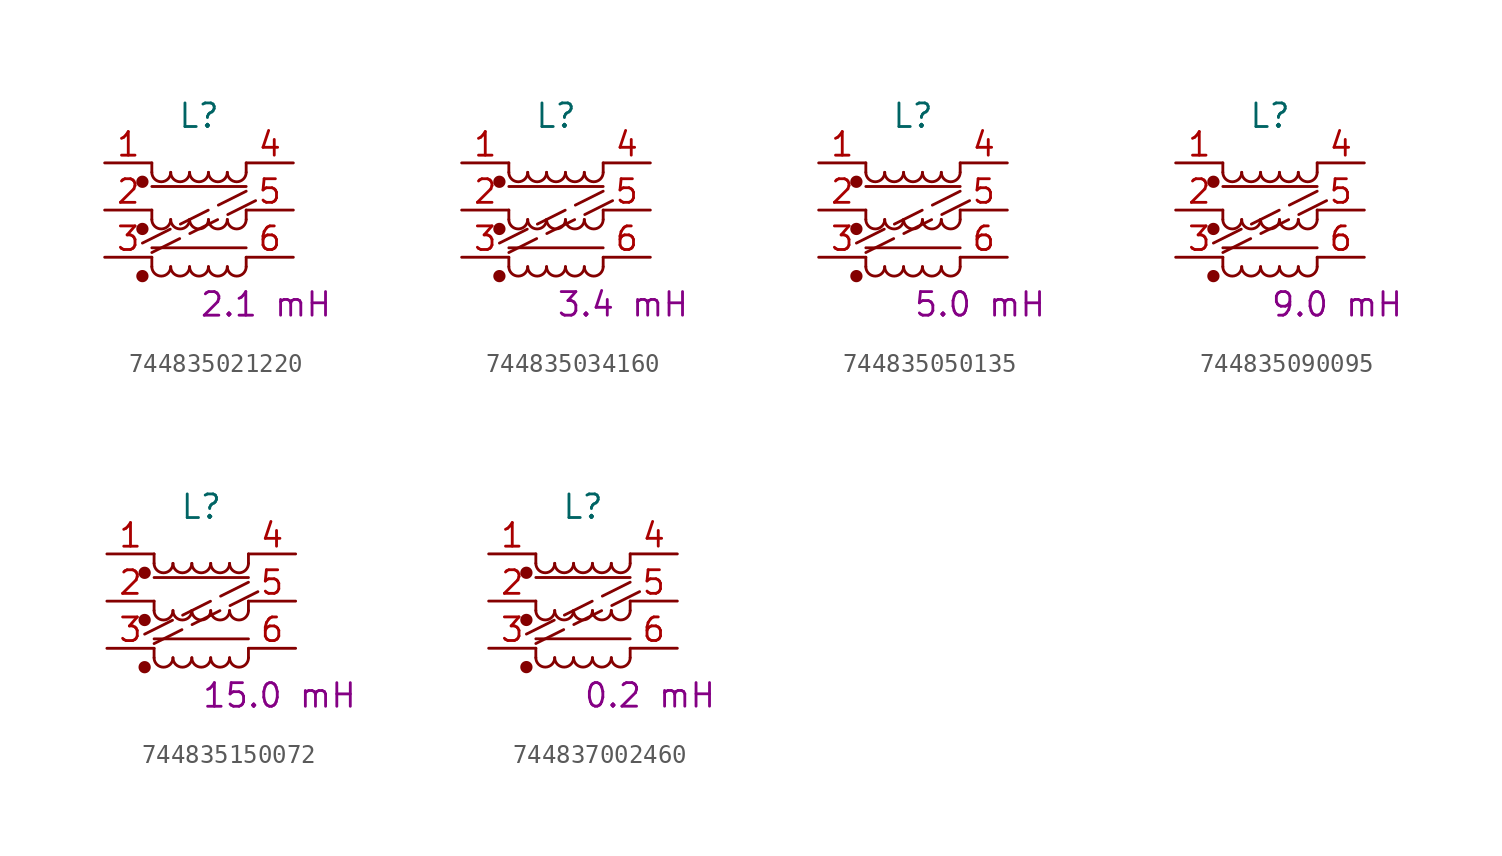
<source format=kicad_sym>
(kicad_symbol_lib
  (version 20220914)
  (generator kicad_symbol_editor)
  (symbol "744835021220"
    (pin_names hide)
    (property "Reference" "L"
      (at 0 5.08 0)
      (effects (font (size 1.27 1.27))))
    (property "Critical Parameter" "2.1 mH"
      (at 0 -5.08 0)
      (effects (font (size 1.27 1.27)) (justify left)))
    (symbol "744835021220_0_1"
      (circle (center -3.048 -3.556) (radius 0.254) (stroke (width 0) (type default)) (fill (type outline)))
      (circle (center -3.048 -1.016) (radius 0.254) (stroke (width 0) (type default)) (fill (type outline)))
      (circle (center -3.048 1.524) (radius 0.254) (stroke (width 0) (type default)) (fill (type outline)))
      (arc (start -2.54 -3.048) (mid -2.032 -3.5538) (end -1.524 -3.048) (stroke (width 0) (type default)) (fill (type none)))
      (arc (start -2.54 -0.508) (mid -2.032 -1.0138) (end -1.524 -0.508) (stroke (width 0) (type default)) (fill (type none)))
      (arc (start -2.54 2.032) (mid -2.032 1.5262) (end -1.524 2.032) (stroke (width 0) (type default)) (fill (type none)))
      (arc (start -1.524 -3.048) (mid -1.016 -3.5538) (end -0.508 -3.048) (stroke (width 0) (type default)) (fill (type none)))
      (arc (start -1.524 -0.508) (mid -1.016 -1.0138) (end -0.508 -0.508) (stroke (width 0) (type default)) (fill (type none)))
      (arc (start -1.524 2.032) (mid -1.016 1.5262) (end -0.508 2.032) (stroke (width 0) (type default)) (fill (type none)))
      (arc (start -0.508 -3.048) (mid 0 -3.5538) (end 0.508 -3.048) (stroke (width 0) (type default)) (fill (type none)))
      (arc (start -0.508 -0.508) (mid 0 -1.0138) (end 0.508 -0.508) (stroke (width 0) (type default)) (fill (type none)))
      (arc (start -0.508 2.032) (mid 0 1.5262) (end 0.508 2.032) (stroke (width 0) (type default)) (fill (type none)))
      (polyline (pts (xy -2.54 -3.048) (xy -2.54 -2.54)) (stroke (width 0) (type default)) (fill (type none)))
      (polyline (pts (xy -2.54 -0.508) (xy -2.54 0)) (stroke (width 0) (type default)) (fill (type none)))
      (polyline (pts (xy -2.54 1.27) (xy 2.54 1.27)) (stroke (width 0) (type default)) (fill (type none)))
      (polyline (pts (xy -2.54 2.032) (xy -2.54 2.54)) (stroke (width 0) (type default)) (fill (type none)))
      (polyline (pts (xy 2.54 -3.048) (xy 2.54 -2.54)) (stroke (width 0) (type default)) (fill (type none)))
      (polyline (pts (xy 2.54 -2.032) (xy -2.54 -2.032)) (stroke (width 0) (type default)) (fill (type none)))
      (polyline (pts (xy 2.54 0) (xy 2.54 -0.508)) (stroke (width 0) (type default)) (fill (type none)))
      (polyline (pts (xy 2.54 2.54) (xy 2.54 2.032)) (stroke (width 0) (type default)) (fill (type none)))
      (arc (start 0.508 -3.048) (mid 1.016 -3.5538) (end 1.524 -3.048) (stroke (width 0) (type default)) (fill (type none)))
      (arc (start 0.508 -0.508) (mid 1.016 -1.0138) (end 1.524 -0.508) (stroke (width 0) (type default)) (fill (type none)))
      (arc (start 0.508 2.032) (mid 1.016 1.5262) (end 1.524 2.032) (stroke (width 0) (type default)) (fill (type none)))
      (arc (start 1.524 -3.048) (mid 2.032 -3.5538) (end 2.54 -3.048) (stroke (width 0) (type default)) (fill (type none)))
      (arc (start 1.524 -0.508) (mid 2.032 -1.0138) (end 2.54 -0.508) (stroke (width 0) (type default)) (fill (type none)))
      (arc (start 1.524 2.032) (mid 2.032 1.5262) (end 2.54 2.032) (stroke (width 0) (type default)) (fill (type none))))
    (symbol "744835021220_1_1"
      (polyline (pts (xy -3.048 -1.778) (xy 3.048 1.27)) (stroke (width 0) (type dash)) (fill (type none)))
      (polyline (pts (xy -2.54 -2.286) (xy 3.048 0.508)) (stroke (width 0) (type dash)) (fill (type none)))
      (pin passive line (at -5.08 2.54 0) (length 2.54) (name "1" (effects (font (size 1.27 1.27)))) (number "1" (effects (font (size 1.27 1.27)))))
      (pin passive line (at -5.08 0 0) (length 2.54) (name "2" (effects (font (size 1.27 1.27)))) (number "2" (effects (font (size 1.27 1.27)))))
      (pin passive line (at -5.08 -2.54 0) (length 2.54) (name "3" (effects (font (size 1.27 1.27)))) (number "3" (effects (font (size 1.27 1.27)))))
      (pin passive line (at 5.08 2.54 180) (length 2.54) (name "4" (effects (font (size 1.27 1.27)))) (number "4" (effects (font (size 1.27 1.27)))))
      (pin passive line (at 5.08 0 180) (length 2.54) (name "5" (effects (font (size 1.27 1.27)))) (number "5" (effects (font (size 1.27 1.27)))))
      (pin passive line (at 5.08 -2.54 180) (length 2.54) (name "6" (effects (font (size 1.27 1.27)))) (number "6" (effects (font (size 1.27 1.27)))))))
  (symbol "744835034160"
    (pin_names hide)
    (property "Reference" "L"
      (at 0 5.08 0)
      (effects (font (size 1.27 1.27))))
    (property "Critical Parameter" "3.4 mH"
      (at 0 -5.08 0)
      (effects (font (size 1.27 1.27)) (justify left)))
    (symbol "744835034160_0_1"
      (circle (center -3.048 -3.556) (radius 0.254) (stroke (width 0) (type default)) (fill (type outline)))
      (circle (center -3.048 -1.016) (radius 0.254) (stroke (width 0) (type default)) (fill (type outline)))
      (circle (center -3.048 1.524) (radius 0.254) (stroke (width 0) (type default)) (fill (type outline)))
      (arc (start -2.54 -3.048) (mid -2.032 -3.5538) (end -1.524 -3.048) (stroke (width 0) (type default)) (fill (type none)))
      (arc (start -2.54 -0.508) (mid -2.032 -1.0138) (end -1.524 -0.508) (stroke (width 0) (type default)) (fill (type none)))
      (arc (start -2.54 2.032) (mid -2.032 1.5262) (end -1.524 2.032) (stroke (width 0) (type default)) (fill (type none)))
      (arc (start -1.524 -3.048) (mid -1.016 -3.5538) (end -0.508 -3.048) (stroke (width 0) (type default)) (fill (type none)))
      (arc (start -1.524 -0.508) (mid -1.016 -1.0138) (end -0.508 -0.508) (stroke (width 0) (type default)) (fill (type none)))
      (arc (start -1.524 2.032) (mid -1.016 1.5262) (end -0.508 2.032) (stroke (width 0) (type default)) (fill (type none)))
      (arc (start -0.508 -3.048) (mid 0 -3.5538) (end 0.508 -3.048) (stroke (width 0) (type default)) (fill (type none)))
      (arc (start -0.508 -0.508) (mid 0 -1.0138) (end 0.508 -0.508) (stroke (width 0) (type default)) (fill (type none)))
      (arc (start -0.508 2.032) (mid 0 1.5262) (end 0.508 2.032) (stroke (width 0) (type default)) (fill (type none)))
      (polyline (pts (xy -2.54 -3.048) (xy -2.54 -2.54)) (stroke (width 0) (type default)) (fill (type none)))
      (polyline (pts (xy -2.54 -0.508) (xy -2.54 0)) (stroke (width 0) (type default)) (fill (type none)))
      (polyline (pts (xy -2.54 1.27) (xy 2.54 1.27)) (stroke (width 0) (type default)) (fill (type none)))
      (polyline (pts (xy -2.54 2.032) (xy -2.54 2.54)) (stroke (width 0) (type default)) (fill (type none)))
      (polyline (pts (xy 2.54 -3.048) (xy 2.54 -2.54)) (stroke (width 0) (type default)) (fill (type none)))
      (polyline (pts (xy 2.54 -2.032) (xy -2.54 -2.032)) (stroke (width 0) (type default)) (fill (type none)))
      (polyline (pts (xy 2.54 0) (xy 2.54 -0.508)) (stroke (width 0) (type default)) (fill (type none)))
      (polyline (pts (xy 2.54 2.54) (xy 2.54 2.032)) (stroke (width 0) (type default)) (fill (type none)))
      (arc (start 0.508 -3.048) (mid 1.016 -3.5538) (end 1.524 -3.048) (stroke (width 0) (type default)) (fill (type none)))
      (arc (start 0.508 -0.508) (mid 1.016 -1.0138) (end 1.524 -0.508) (stroke (width 0) (type default)) (fill (type none)))
      (arc (start 0.508 2.032) (mid 1.016 1.5262) (end 1.524 2.032) (stroke (width 0) (type default)) (fill (type none)))
      (arc (start 1.524 -3.048) (mid 2.032 -3.5538) (end 2.54 -3.048) (stroke (width 0) (type default)) (fill (type none)))
      (arc (start 1.524 -0.508) (mid 2.032 -1.0138) (end 2.54 -0.508) (stroke (width 0) (type default)) (fill (type none)))
      (arc (start 1.524 2.032) (mid 2.032 1.5262) (end 2.54 2.032) (stroke (width 0) (type default)) (fill (type none))))
    (symbol "744835034160_1_1"
      (polyline (pts (xy -3.048 -1.778) (xy 3.048 1.27)) (stroke (width 0) (type dash)) (fill (type none)))
      (polyline (pts (xy -2.54 -2.286) (xy 3.048 0.508)) (stroke (width 0) (type dash)) (fill (type none)))
      (pin passive line (at -5.08 2.54 0) (length 2.54) (name "1" (effects (font (size 1.27 1.27)))) (number "1" (effects (font (size 1.27 1.27)))))
      (pin passive line (at -5.08 0 0) (length 2.54) (name "2" (effects (font (size 1.27 1.27)))) (number "2" (effects (font (size 1.27 1.27)))))
      (pin passive line (at -5.08 -2.54 0) (length 2.54) (name "3" (effects (font (size 1.27 1.27)))) (number "3" (effects (font (size 1.27 1.27)))))
      (pin passive line (at 5.08 2.54 180) (length 2.54) (name "4" (effects (font (size 1.27 1.27)))) (number "4" (effects (font (size 1.27 1.27)))))
      (pin passive line (at 5.08 0 180) (length 2.54) (name "5" (effects (font (size 1.27 1.27)))) (number "5" (effects (font (size 1.27 1.27)))))
      (pin passive line (at 5.08 -2.54 180) (length 2.54) (name "6" (effects (font (size 1.27 1.27)))) (number "6" (effects (font (size 1.27 1.27)))))))
  (symbol "744835050135"
    (pin_names hide)
    (property "Reference" "L"
      (at 0 5.08 0)
      (effects (font (size 1.27 1.27))))
    (property "Critical Parameter" "5.0 mH"
      (at 0 -5.08 0)
      (effects (font (size 1.27 1.27)) (justify left)))
    (symbol "744835050135_0_1"
      (circle (center -3.048 -3.556) (radius 0.254) (stroke (width 0) (type default)) (fill (type outline)))
      (circle (center -3.048 -1.016) (radius 0.254) (stroke (width 0) (type default)) (fill (type outline)))
      (circle (center -3.048 1.524) (radius 0.254) (stroke (width 0) (type default)) (fill (type outline)))
      (arc (start -2.54 -3.048) (mid -2.032 -3.5538) (end -1.524 -3.048) (stroke (width 0) (type default)) (fill (type none)))
      (arc (start -2.54 -0.508) (mid -2.032 -1.0138) (end -1.524 -0.508) (stroke (width 0) (type default)) (fill (type none)))
      (arc (start -2.54 2.032) (mid -2.032 1.5262) (end -1.524 2.032) (stroke (width 0) (type default)) (fill (type none)))
      (arc (start -1.524 -3.048) (mid -1.016 -3.5538) (end -0.508 -3.048) (stroke (width 0) (type default)) (fill (type none)))
      (arc (start -1.524 -0.508) (mid -1.016 -1.0138) (end -0.508 -0.508) (stroke (width 0) (type default)) (fill (type none)))
      (arc (start -1.524 2.032) (mid -1.016 1.5262) (end -0.508 2.032) (stroke (width 0) (type default)) (fill (type none)))
      (arc (start -0.508 -3.048) (mid 0 -3.5538) (end 0.508 -3.048) (stroke (width 0) (type default)) (fill (type none)))
      (arc (start -0.508 -0.508) (mid 0 -1.0138) (end 0.508 -0.508) (stroke (width 0) (type default)) (fill (type none)))
      (arc (start -0.508 2.032) (mid 0 1.5262) (end 0.508 2.032) (stroke (width 0) (type default)) (fill (type none)))
      (polyline (pts (xy -2.54 -3.048) (xy -2.54 -2.54)) (stroke (width 0) (type default)) (fill (type none)))
      (polyline (pts (xy -2.54 -0.508) (xy -2.54 0)) (stroke (width 0) (type default)) (fill (type none)))
      (polyline (pts (xy -2.54 1.27) (xy 2.54 1.27)) (stroke (width 0) (type default)) (fill (type none)))
      (polyline (pts (xy -2.54 2.032) (xy -2.54 2.54)) (stroke (width 0) (type default)) (fill (type none)))
      (polyline (pts (xy 2.54 -3.048) (xy 2.54 -2.54)) (stroke (width 0) (type default)) (fill (type none)))
      (polyline (pts (xy 2.54 -2.032) (xy -2.54 -2.032)) (stroke (width 0) (type default)) (fill (type none)))
      (polyline (pts (xy 2.54 0) (xy 2.54 -0.508)) (stroke (width 0) (type default)) (fill (type none)))
      (polyline (pts (xy 2.54 2.54) (xy 2.54 2.032)) (stroke (width 0) (type default)) (fill (type none)))
      (arc (start 0.508 -3.048) (mid 1.016 -3.5538) (end 1.524 -3.048) (stroke (width 0) (type default)) (fill (type none)))
      (arc (start 0.508 -0.508) (mid 1.016 -1.0138) (end 1.524 -0.508) (stroke (width 0) (type default)) (fill (type none)))
      (arc (start 0.508 2.032) (mid 1.016 1.5262) (end 1.524 2.032) (stroke (width 0) (type default)) (fill (type none)))
      (arc (start 1.524 -3.048) (mid 2.032 -3.5538) (end 2.54 -3.048) (stroke (width 0) (type default)) (fill (type none)))
      (arc (start 1.524 -0.508) (mid 2.032 -1.0138) (end 2.54 -0.508) (stroke (width 0) (type default)) (fill (type none)))
      (arc (start 1.524 2.032) (mid 2.032 1.5262) (end 2.54 2.032) (stroke (width 0) (type default)) (fill (type none))))
    (symbol "744835050135_1_1"
      (polyline (pts (xy -3.048 -1.778) (xy 3.048 1.27)) (stroke (width 0) (type dash)) (fill (type none)))
      (polyline (pts (xy -2.54 -2.286) (xy 3.048 0.508)) (stroke (width 0) (type dash)) (fill (type none)))
      (pin passive line (at -5.08 2.54 0) (length 2.54) (name "1" (effects (font (size 1.27 1.27)))) (number "1" (effects (font (size 1.27 1.27)))))
      (pin passive line (at -5.08 0 0) (length 2.54) (name "2" (effects (font (size 1.27 1.27)))) (number "2" (effects (font (size 1.27 1.27)))))
      (pin passive line (at -5.08 -2.54 0) (length 2.54) (name "3" (effects (font (size 1.27 1.27)))) (number "3" (effects (font (size 1.27 1.27)))))
      (pin passive line (at 5.08 2.54 180) (length 2.54) (name "4" (effects (font (size 1.27 1.27)))) (number "4" (effects (font (size 1.27 1.27)))))
      (pin passive line (at 5.08 0 180) (length 2.54) (name "5" (effects (font (size 1.27 1.27)))) (number "5" (effects (font (size 1.27 1.27)))))
      (pin passive line (at 5.08 -2.54 180) (length 2.54) (name "6" (effects (font (size 1.27 1.27)))) (number "6" (effects (font (size 1.27 1.27)))))))
  (symbol "744835090095"
    (pin_names hide)
    (property "Reference" "L"
      (at 0 5.08 0)
      (effects (font (size 1.27 1.27))))
    (property "Critical Parameter" "9.0 mH"
      (at 0 -5.08 0)
      (effects (font (size 1.27 1.27)) (justify left)))
    (symbol "744835090095_0_1"
      (circle (center -3.048 -3.556) (radius 0.254) (stroke (width 0) (type default)) (fill (type outline)))
      (circle (center -3.048 -1.016) (radius 0.254) (stroke (width 0) (type default)) (fill (type outline)))
      (circle (center -3.048 1.524) (radius 0.254) (stroke (width 0) (type default)) (fill (type outline)))
      (arc (start -2.54 -3.048) (mid -2.032 -3.5538) (end -1.524 -3.048) (stroke (width 0) (type default)) (fill (type none)))
      (arc (start -2.54 -0.508) (mid -2.032 -1.0138) (end -1.524 -0.508) (stroke (width 0) (type default)) (fill (type none)))
      (arc (start -2.54 2.032) (mid -2.032 1.5262) (end -1.524 2.032) (stroke (width 0) (type default)) (fill (type none)))
      (arc (start -1.524 -3.048) (mid -1.016 -3.5538) (end -0.508 -3.048) (stroke (width 0) (type default)) (fill (type none)))
      (arc (start -1.524 -0.508) (mid -1.016 -1.0138) (end -0.508 -0.508) (stroke (width 0) (type default)) (fill (type none)))
      (arc (start -1.524 2.032) (mid -1.016 1.5262) (end -0.508 2.032) (stroke (width 0) (type default)) (fill (type none)))
      (arc (start -0.508 -3.048) (mid 0 -3.5538) (end 0.508 -3.048) (stroke (width 0) (type default)) (fill (type none)))
      (arc (start -0.508 -0.508) (mid 0 -1.0138) (end 0.508 -0.508) (stroke (width 0) (type default)) (fill (type none)))
      (arc (start -0.508 2.032) (mid 0 1.5262) (end 0.508 2.032) (stroke (width 0) (type default)) (fill (type none)))
      (polyline (pts (xy -2.54 -3.048) (xy -2.54 -2.54)) (stroke (width 0) (type default)) (fill (type none)))
      (polyline (pts (xy -2.54 -0.508) (xy -2.54 0)) (stroke (width 0) (type default)) (fill (type none)))
      (polyline (pts (xy -2.54 1.27) (xy 2.54 1.27)) (stroke (width 0) (type default)) (fill (type none)))
      (polyline (pts (xy -2.54 2.032) (xy -2.54 2.54)) (stroke (width 0) (type default)) (fill (type none)))
      (polyline (pts (xy 2.54 -3.048) (xy 2.54 -2.54)) (stroke (width 0) (type default)) (fill (type none)))
      (polyline (pts (xy 2.54 -2.032) (xy -2.54 -2.032)) (stroke (width 0) (type default)) (fill (type none)))
      (polyline (pts (xy 2.54 0) (xy 2.54 -0.508)) (stroke (width 0) (type default)) (fill (type none)))
      (polyline (pts (xy 2.54 2.54) (xy 2.54 2.032)) (stroke (width 0) (type default)) (fill (type none)))
      (arc (start 0.508 -3.048) (mid 1.016 -3.5538) (end 1.524 -3.048) (stroke (width 0) (type default)) (fill (type none)))
      (arc (start 0.508 -0.508) (mid 1.016 -1.0138) (end 1.524 -0.508) (stroke (width 0) (type default)) (fill (type none)))
      (arc (start 0.508 2.032) (mid 1.016 1.5262) (end 1.524 2.032) (stroke (width 0) (type default)) (fill (type none)))
      (arc (start 1.524 -3.048) (mid 2.032 -3.5538) (end 2.54 -3.048) (stroke (width 0) (type default)) (fill (type none)))
      (arc (start 1.524 -0.508) (mid 2.032 -1.0138) (end 2.54 -0.508) (stroke (width 0) (type default)) (fill (type none)))
      (arc (start 1.524 2.032) (mid 2.032 1.5262) (end 2.54 2.032) (stroke (width 0) (type default)) (fill (type none))))
    (symbol "744835090095_1_1"
      (polyline (pts (xy -3.048 -1.778) (xy 3.048 1.27)) (stroke (width 0) (type dash)) (fill (type none)))
      (polyline (pts (xy -2.54 -2.286) (xy 3.048 0.508)) (stroke (width 0) (type dash)) (fill (type none)))
      (pin passive line (at -5.08 2.54 0) (length 2.54) (name "1" (effects (font (size 1.27 1.27)))) (number "1" (effects (font (size 1.27 1.27)))))
      (pin passive line (at -5.08 0 0) (length 2.54) (name "2" (effects (font (size 1.27 1.27)))) (number "2" (effects (font (size 1.27 1.27)))))
      (pin passive line (at -5.08 -2.54 0) (length 2.54) (name "3" (effects (font (size 1.27 1.27)))) (number "3" (effects (font (size 1.27 1.27)))))
      (pin passive line (at 5.08 2.54 180) (length 2.54) (name "4" (effects (font (size 1.27 1.27)))) (number "4" (effects (font (size 1.27 1.27)))))
      (pin passive line (at 5.08 0 180) (length 2.54) (name "5" (effects (font (size 1.27 1.27)))) (number "5" (effects (font (size 1.27 1.27)))))
      (pin passive line (at 5.08 -2.54 180) (length 2.54) (name "6" (effects (font (size 1.27 1.27)))) (number "6" (effects (font (size 1.27 1.27)))))))
  (symbol "744835150072"
    (pin_names hide)
    (property "Reference" "L"
      (at 0 5.08 0)
      (effects (font (size 1.27 1.27))))
    (property "Critical Parameter" "15.0 mH"
      (at 0 -5.08 0)
      (effects (font (size 1.27 1.27)) (justify left)))
    (symbol "744835150072_0_1"
      (circle (center -3.048 -3.556) (radius 0.254) (stroke (width 0) (type default)) (fill (type outline)))
      (circle (center -3.048 -1.016) (radius 0.254) (stroke (width 0) (type default)) (fill (type outline)))
      (circle (center -3.048 1.524) (radius 0.254) (stroke (width 0) (type default)) (fill (type outline)))
      (arc (start -2.54 -3.048) (mid -2.032 -3.5538) (end -1.524 -3.048) (stroke (width 0) (type default)) (fill (type none)))
      (arc (start -2.54 -0.508) (mid -2.032 -1.0138) (end -1.524 -0.508) (stroke (width 0) (type default)) (fill (type none)))
      (arc (start -2.54 2.032) (mid -2.032 1.5262) (end -1.524 2.032) (stroke (width 0) (type default)) (fill (type none)))
      (arc (start -1.524 -3.048) (mid -1.016 -3.5538) (end -0.508 -3.048) (stroke (width 0) (type default)) (fill (type none)))
      (arc (start -1.524 -0.508) (mid -1.016 -1.0138) (end -0.508 -0.508) (stroke (width 0) (type default)) (fill (type none)))
      (arc (start -1.524 2.032) (mid -1.016 1.5262) (end -0.508 2.032) (stroke (width 0) (type default)) (fill (type none)))
      (arc (start -0.508 -3.048) (mid 0 -3.5538) (end 0.508 -3.048) (stroke (width 0) (type default)) (fill (type none)))
      (arc (start -0.508 -0.508) (mid 0 -1.0138) (end 0.508 -0.508) (stroke (width 0) (type default)) (fill (type none)))
      (arc (start -0.508 2.032) (mid 0 1.5262) (end 0.508 2.032) (stroke (width 0) (type default)) (fill (type none)))
      (polyline (pts (xy -2.54 -3.048) (xy -2.54 -2.54)) (stroke (width 0) (type default)) (fill (type none)))
      (polyline (pts (xy -2.54 -0.508) (xy -2.54 0)) (stroke (width 0) (type default)) (fill (type none)))
      (polyline (pts (xy -2.54 1.27) (xy 2.54 1.27)) (stroke (width 0) (type default)) (fill (type none)))
      (polyline (pts (xy -2.54 2.032) (xy -2.54 2.54)) (stroke (width 0) (type default)) (fill (type none)))
      (polyline (pts (xy 2.54 -3.048) (xy 2.54 -2.54)) (stroke (width 0) (type default)) (fill (type none)))
      (polyline (pts (xy 2.54 -2.032) (xy -2.54 -2.032)) (stroke (width 0) (type default)) (fill (type none)))
      (polyline (pts (xy 2.54 0) (xy 2.54 -0.508)) (stroke (width 0) (type default)) (fill (type none)))
      (polyline (pts (xy 2.54 2.54) (xy 2.54 2.032)) (stroke (width 0) (type default)) (fill (type none)))
      (arc (start 0.508 -3.048) (mid 1.016 -3.5538) (end 1.524 -3.048) (stroke (width 0) (type default)) (fill (type none)))
      (arc (start 0.508 -0.508) (mid 1.016 -1.0138) (end 1.524 -0.508) (stroke (width 0) (type default)) (fill (type none)))
      (arc (start 0.508 2.032) (mid 1.016 1.5262) (end 1.524 2.032) (stroke (width 0) (type default)) (fill (type none)))
      (arc (start 1.524 -3.048) (mid 2.032 -3.5538) (end 2.54 -3.048) (stroke (width 0) (type default)) (fill (type none)))
      (arc (start 1.524 -0.508) (mid 2.032 -1.0138) (end 2.54 -0.508) (stroke (width 0) (type default)) (fill (type none)))
      (arc (start 1.524 2.032) (mid 2.032 1.5262) (end 2.54 2.032) (stroke (width 0) (type default)) (fill (type none))))
    (symbol "744835150072_1_1"
      (polyline (pts (xy -3.048 -1.778) (xy 3.048 1.27)) (stroke (width 0) (type dash)) (fill (type none)))
      (polyline (pts (xy -2.54 -2.286) (xy 3.048 0.508)) (stroke (width 0) (type dash)) (fill (type none)))
      (pin passive line (at -5.08 2.54 0) (length 2.54) (name "1" (effects (font (size 1.27 1.27)))) (number "1" (effects (font (size 1.27 1.27)))))
      (pin passive line (at -5.08 0 0) (length 2.54) (name "2" (effects (font (size 1.27 1.27)))) (number "2" (effects (font (size 1.27 1.27)))))
      (pin passive line (at -5.08 -2.54 0) (length 2.54) (name "3" (effects (font (size 1.27 1.27)))) (number "3" (effects (font (size 1.27 1.27)))))
      (pin passive line (at 5.08 2.54 180) (length 2.54) (name "4" (effects (font (size 1.27 1.27)))) (number "4" (effects (font (size 1.27 1.27)))))
      (pin passive line (at 5.08 0 180) (length 2.54) (name "5" (effects (font (size 1.27 1.27)))) (number "5" (effects (font (size 1.27 1.27)))))
      (pin passive line (at 5.08 -2.54 180) (length 2.54) (name "6" (effects (font (size 1.27 1.27)))) (number "6" (effects (font (size 1.27 1.27)))))))
  (symbol "744837002460"
    (pin_names hide)
    (property "Reference" "L"
      (at 0 5.08 0)
      (effects (font (size 1.27 1.27))))
    (property "Critical Parameter" "0.2 mH"
      (at 0 -5.08 0)
      (effects (font (size 1.27 1.27)) (justify left)))
    (symbol "744837002460_0_1"
      (circle (center -3.048 -3.556) (radius 0.254) (stroke (width 0) (type default)) (fill (type outline)))
      (circle (center -3.048 -1.016) (radius 0.254) (stroke (width 0) (type default)) (fill (type outline)))
      (circle (center -3.048 1.524) (radius 0.254) (stroke (width 0) (type default)) (fill (type outline)))
      (arc (start -2.54 -3.048) (mid -2.032 -3.5538) (end -1.524 -3.048) (stroke (width 0) (type default)) (fill (type none)))
      (arc (start -2.54 -0.508) (mid -2.032 -1.0138) (end -1.524 -0.508) (stroke (width 0) (type default)) (fill (type none)))
      (arc (start -2.54 2.032) (mid -2.032 1.5262) (end -1.524 2.032) (stroke (width 0) (type default)) (fill (type none)))
      (arc (start -1.524 -3.048) (mid -1.016 -3.5538) (end -0.508 -3.048) (stroke (width 0) (type default)) (fill (type none)))
      (arc (start -1.524 -0.508) (mid -1.016 -1.0138) (end -0.508 -0.508) (stroke (width 0) (type default)) (fill (type none)))
      (arc (start -1.524 2.032) (mid -1.016 1.5262) (end -0.508 2.032) (stroke (width 0) (type default)) (fill (type none)))
      (arc (start -0.508 -3.048) (mid 0 -3.5538) (end 0.508 -3.048) (stroke (width 0) (type default)) (fill (type none)))
      (arc (start -0.508 -0.508) (mid 0 -1.0138) (end 0.508 -0.508) (stroke (width 0) (type default)) (fill (type none)))
      (arc (start -0.508 2.032) (mid 0 1.5262) (end 0.508 2.032) (stroke (width 0) (type default)) (fill (type none)))
      (polyline (pts (xy -2.54 -3.048) (xy -2.54 -2.54)) (stroke (width 0) (type default)) (fill (type none)))
      (polyline (pts (xy -2.54 -0.508) (xy -2.54 0)) (stroke (width 0) (type default)) (fill (type none)))
      (polyline (pts (xy -2.54 1.27) (xy 2.54 1.27)) (stroke (width 0) (type default)) (fill (type none)))
      (polyline (pts (xy -2.54 2.032) (xy -2.54 2.54)) (stroke (width 0) (type default)) (fill (type none)))
      (polyline (pts (xy 2.54 -3.048) (xy 2.54 -2.54)) (stroke (width 0) (type default)) (fill (type none)))
      (polyline (pts (xy 2.54 -2.032) (xy -2.54 -2.032)) (stroke (width 0) (type default)) (fill (type none)))
      (polyline (pts (xy 2.54 0) (xy 2.54 -0.508)) (stroke (width 0) (type default)) (fill (type none)))
      (polyline (pts (xy 2.54 2.54) (xy 2.54 2.032)) (stroke (width 0) (type default)) (fill (type none)))
      (arc (start 0.508 -3.048) (mid 1.016 -3.5538) (end 1.524 -3.048) (stroke (width 0) (type default)) (fill (type none)))
      (arc (start 0.508 -0.508) (mid 1.016 -1.0138) (end 1.524 -0.508) (stroke (width 0) (type default)) (fill (type none)))
      (arc (start 0.508 2.032) (mid 1.016 1.5262) (end 1.524 2.032) (stroke (width 0) (type default)) (fill (type none)))
      (arc (start 1.524 -3.048) (mid 2.032 -3.5538) (end 2.54 -3.048) (stroke (width 0) (type default)) (fill (type none)))
      (arc (start 1.524 -0.508) (mid 2.032 -1.0138) (end 2.54 -0.508) (stroke (width 0) (type default)) (fill (type none)))
      (arc (start 1.524 2.032) (mid 2.032 1.5262) (end 2.54 2.032) (stroke (width 0) (type default)) (fill (type none))))
    (symbol "744837002460_1_1"
      (polyline (pts (xy -3.048 -1.778) (xy 3.048 1.27)) (stroke (width 0) (type dash)) (fill (type none)))
      (polyline (pts (xy -2.54 -2.286) (xy 3.048 0.508)) (stroke (width 0) (type dash)) (fill (type none)))
      (pin passive line (at -5.08 2.54 0) (length 2.54) (name "1" (effects (font (size 1.27 1.27)))) (number "1" (effects (font (size 1.27 1.27)))))
      (pin passive line (at -5.08 0 0) (length 2.54) (name "2" (effects (font (size 1.27 1.27)))) (number "2" (effects (font (size 1.27 1.27)))))
      (pin passive line (at -5.08 -2.54 0) (length 2.54) (name "3" (effects (font (size 1.27 1.27)))) (number "3" (effects (font (size 1.27 1.27)))))
      (pin passive line (at 5.08 2.54 180) (length 2.54) (name "4" (effects (font (size 1.27 1.27)))) (number "4" (effects (font (size 1.27 1.27)))))
      (pin passive line (at 5.08 0 180) (length 2.54) (name "5" (effects (font (size 1.27 1.27)))) (number "5" (effects (font (size 1.27 1.27)))))
      (pin passive line (at 5.08 -2.54 180) (length 2.54) (name "6" (effects (font (size 1.27 1.27)))) (number "6" (effects (font (size 1.27 1.27))))))))
</source>
